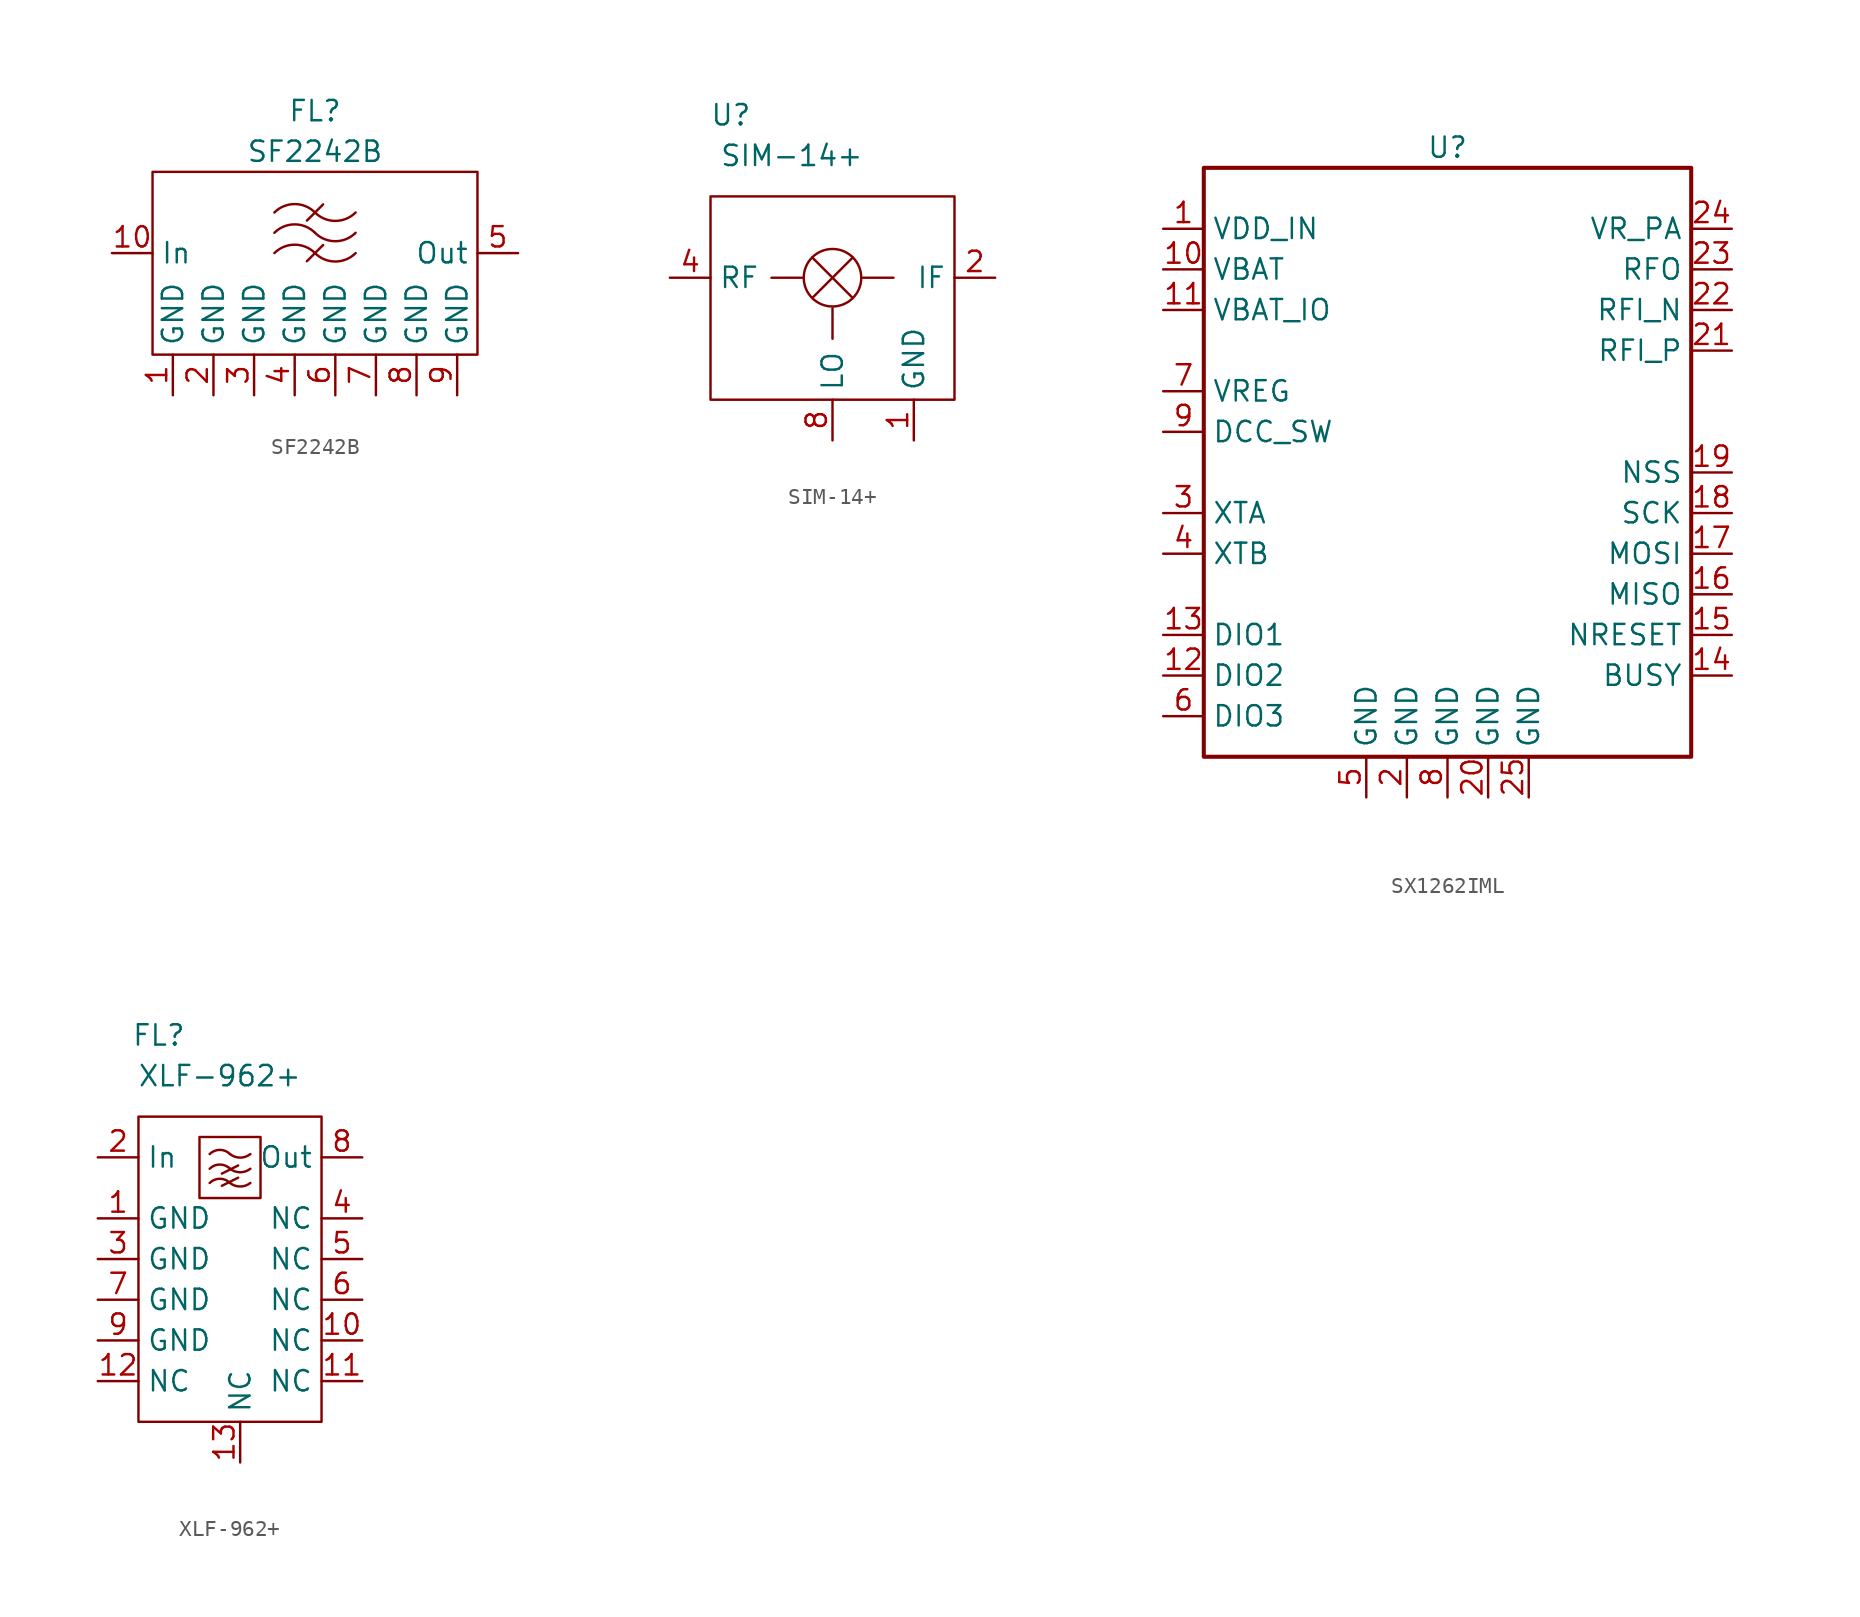
<source format=kicad_sym>
(kicad_symbol_lib
  (version 20220914)
  (generator kicad_symbol_editor)
  (symbol "SF2242B"
    (property "Reference" "FL"
      (at 0 8.89 0)
      (effects (font (size 1.27 1.27))))
    (property "Value" "SF2242B"
      (at 0 6.35 0)
      (effects (font (size 1.27 1.27))))
    (symbol "SF2242B_0_0"
      (pin unspecified line (at -8.89 -8.89 90) (length 2.54) (name "GND" (effects (font (size 1.27 1.27)))) (number "1" (effects (font (size 1.27 1.27)))))
      (pin unspecified line (at -12.7 0 0) (length 2.54) (name "In" (effects (font (size 1.27 1.27)))) (number "10" (effects (font (size 1.27 1.27)))))
      (pin unspecified line (at -6.35 -8.89 90) (length 2.54) (name "GND" (effects (font (size 1.27 1.27)))) (number "2" (effects (font (size 1.27 1.27)))))
      (pin unspecified line (at -3.81 -8.89 90) (length 2.54) (name "GND" (effects (font (size 1.27 1.27)))) (number "3" (effects (font (size 1.27 1.27)))))
      (pin unspecified line (at -1.27 -8.89 90) (length 2.54) (name "GND" (effects (font (size 1.27 1.27)))) (number "4" (effects (font (size 1.27 1.27)))))
      (pin unspecified line (at 12.7 0 180) (length 2.54) (name "Out" (effects (font (size 1.27 1.27)))) (number "5" (effects (font (size 1.27 1.27)))))
      (pin unspecified line (at 1.27 -8.89 90) (length 2.54) (name "GND" (effects (font (size 1.27 1.27)))) (number "6" (effects (font (size 1.27 1.27)))))
      (pin unspecified line (at 3.81 -8.89 90) (length 2.54) (name "GND" (effects (font (size 1.27 1.27)))) (number "7" (effects (font (size 1.27 1.27)))))
      (pin unspecified line (at 6.35 -8.89 90) (length 2.54) (name "GND" (effects (font (size 1.27 1.27)))) (number "8" (effects (font (size 1.27 1.27)))))
      (pin unspecified line (at 8.89 -8.89 90) (length 2.54) (name "GND" (effects (font (size 1.27 1.27)))) (number "9" (effects (font (size 1.27 1.27))))))
    (symbol "SF2242B_0_1"
      (rectangle (start -10.16 5.08) (end 10.16 -6.35) (stroke (width 0) (type default)) (fill (type none)))
      (arc (start 0 0) (mid -1.27 0.526) (end -2.54 0) (stroke (width 0) (type default)) (fill (type none)))
      (polyline (pts (xy 0.508 0.508) (xy -0.508 -0.508)) (stroke (width 0) (type default)) (fill (type none)))
      (polyline (pts (xy 0.508 3.048) (xy -0.508 2.032)) (stroke (width 0) (type default)) (fill (type none)))
      (arc (start 0 0) (mid 1.27 -0.526) (end 2.54 0) (stroke (width 0) (type default)) (fill (type none)))
      (arc (start 0 1.27) (mid -1.27 1.796) (end -2.54 1.27) (stroke (width 0) (type default)) (fill (type none)))
      (arc (start 0 1.27) (mid 1.27 0.744) (end 2.54 1.27) (stroke (width 0) (type default)) (fill (type none)))
      (arc (start 0 2.54) (mid -1.27 3.066) (end -2.54 2.54) (stroke (width 0) (type default)) (fill (type none)))
      (arc (start 0 2.54) (mid 1.27 2.014) (end 2.54 2.54) (stroke (width 0) (type default)) (fill (type none)))))
  (symbol "SIM-14+"
    (property "Reference" "U"
      (at 2.54 19.05 0)
      (effects (font (size 1.27 1.27))))
    (property "Value" "SIM-14+"
      (at 6.35 16.51 0)
      (effects (font (size 1.27 1.27))))
    (symbol "SIM-14+_0_0"
      (pin passive line (at 13.97 -1.27 90) (length 2.54) (name "GND" (effects (font (size 1.27 1.27)))) (number "1" (effects (font (size 1.27 1.27)))))
      (pin passive line (at 19.05 8.89 180) (length 2.54) (name "IF" (effects (font (size 1.27 1.27)))) (number "2" (effects (font (size 1.27 1.27)))))
      (pin passive line (at -1.27 8.89 0) (length 2.54) (name "RF" (effects (font (size 1.27 1.27)))) (number "4" (effects (font (size 1.27 1.27)))))
      (pin passive line (at 8.89 -1.27 90) (length 2.54) (name "LO" (effects (font (size 1.27 1.27)))) (number "8" (effects (font (size 1.27 1.27))))))
    (symbol "SIM-14+_0_1"
      (polyline (pts (xy 6.985 8.89) (xy 5.08 8.89)) (stroke (width 0) (type default)) (fill (type none)))
      (polyline (pts (xy 7.62 10.16) (xy 10.16 7.62)) (stroke (width 0) (type default)) (fill (type none)))
      (polyline (pts (xy 8.89 6.985) (xy 8.89 5.08)) (stroke (width 0) (type default)) (fill (type none)))
      (polyline (pts (xy 10.16 10.16) (xy 7.62 7.62)) (stroke (width 0) (type default)) (fill (type none)))
      (polyline (pts (xy 10.795 8.89) (xy 12.7 8.89)) (stroke (width 0) (type default)) (fill (type none)))
      (rectangle (start 1.27 13.97) (end 16.51 1.27) (stroke (width 0) (type default)) (fill (type none)))
      (circle (center 8.89 8.89) (radius 1.796) (stroke (width 0) (type default)) (fill (type none)))))
  (symbol "SX1262IML"
    (property "Reference" "U"
      (at 0 20.32 0)
      (effects (font (size 1.27 1.27))))
    (property "Value" ""
      (at 0 0 0)
      (effects (font (size 1.27 1.27))))
    (symbol "SX1262IML_1_0"
      (rectangle (start -15.24 19.05) (end 15.24 -17.78) (stroke (width 0.254) (type default)) (fill (type none)))
      (pin passive line (at -17.78 15.24 0) (length 2.54) (name "VDD_IN" (effects (font (size 1.27 1.27)))) (number "1" (effects (font (size 1.27 1.27)))))
      (pin passive line (at -17.78 12.7 0) (length 2.54) (name "VBAT" (effects (font (size 1.27 1.27)))) (number "10" (effects (font (size 1.27 1.27)))))
      (pin passive line (at -17.78 10.16 0) (length 2.54) (name "VBAT_IO" (effects (font (size 1.27 1.27)))) (number "11" (effects (font (size 1.27 1.27)))))
      (pin passive line (at -17.78 -12.7 0) (length 2.54) (name "DIO2" (effects (font (size 1.27 1.27)))) (number "12" (effects (font (size 1.27 1.27)))))
      (pin passive line (at -17.78 -10.16 0) (length 2.54) (name "DIO1" (effects (font (size 1.27 1.27)))) (number "13" (effects (font (size 1.27 1.27)))))
      (pin passive line (at 17.78 -12.7 180) (length 2.54) (name "BUSY" (effects (font (size 1.27 1.27)))) (number "14" (effects (font (size 1.27 1.27)))))
      (pin passive line (at 17.78 -10.16 180) (length 2.54) (name "NRESET" (effects (font (size 1.27 1.27)))) (number "15" (effects (font (size 1.27 1.27)))))
      (pin passive line (at 17.78 -7.62 180) (length 2.54) (name "MISO" (effects (font (size 1.27 1.27)))) (number "16" (effects (font (size 1.27 1.27)))))
      (pin passive line (at 17.78 -5.08 180) (length 2.54) (name "MOSI" (effects (font (size 1.27 1.27)))) (number "17" (effects (font (size 1.27 1.27)))))
      (pin passive line (at 17.78 -2.54 180) (length 2.54) (name "SCK" (effects (font (size 1.27 1.27)))) (number "18" (effects (font (size 1.27 1.27)))))
      (pin passive line (at 17.78 0 180) (length 2.54) (name "NSS" (effects (font (size 1.27 1.27)))) (number "19" (effects (font (size 1.27 1.27)))))
      (pin passive line (at -2.54 -20.32 90) (length 2.54) (name "GND" (effects (font (size 1.27 1.27)))) (number "2" (effects (font (size 1.27 1.27)))))
      (pin passive line (at 2.54 -20.32 90) (length 2.54) (name "GND" (effects (font (size 1.27 1.27)))) (number "20" (effects (font (size 1.27 1.27)))))
      (pin passive line (at 17.78 7.62 180) (length 2.54) (name "RFI_P" (effects (font (size 1.27 1.27)))) (number "21" (effects (font (size 1.27 1.27)))))
      (pin passive line (at 17.78 10.16 180) (length 2.54) (name "RFI_N" (effects (font (size 1.27 1.27)))) (number "22" (effects (font (size 1.27 1.27)))))
      (pin passive line (at 17.78 12.7 180) (length 2.54) (name "RFO" (effects (font (size 1.27 1.27)))) (number "23" (effects (font (size 1.27 1.27)))))
      (pin passive line (at 17.78 15.24 180) (length 2.54) (name "VR_PA" (effects (font (size 1.27 1.27)))) (number "24" (effects (font (size 1.27 1.27)))))
      (pin passive line (at 5.08 -20.32 90) (length 2.54) (name "GND" (effects (font (size 1.27 1.27)))) (number "25" (effects (font (size 1.27 1.27)))))
      (pin passive line (at -17.78 -2.54 0) (length 2.54) (name "XTA" (effects (font (size 1.27 1.27)))) (number "3" (effects (font (size 1.27 1.27)))))
      (pin passive line (at -17.78 -5.08 0) (length 2.54) (name "XTB" (effects (font (size 1.27 1.27)))) (number "4" (effects (font (size 1.27 1.27)))))
      (pin passive line (at -5.08 -20.32 90) (length 2.54) (name "GND" (effects (font (size 1.27 1.27)))) (number "5" (effects (font (size 1.27 1.27)))))
      (pin passive line (at -17.78 -15.24 0) (length 2.54) (name "DIO3" (effects (font (size 1.27 1.27)))) (number "6" (effects (font (size 1.27 1.27)))))
      (pin passive line (at -17.78 5.08 0) (length 2.54) (name "VREG" (effects (font (size 1.27 1.27)))) (number "7" (effects (font (size 1.27 1.27)))))
      (pin passive line (at 0 -20.32 90) (length 2.54) (name "GND" (effects (font (size 1.27 1.27)))) (number "8" (effects (font (size 1.27 1.27)))))
      (pin passive line (at -17.78 2.54 0) (length 2.54) (name "DCC_SW" (effects (font (size 1.27 1.27)))) (number "9" (effects (font (size 1.27 1.27)))))))
  (symbol "XLF-962+"
    (property "Reference" "FL"
      (at 1.27 19.05 0)
      (effects (font (size 1.27 1.27))))
    (property "Value" "XLF-962+"
      (at 5.08 16.51 0)
      (effects (font (size 1.27 1.27))))
    (symbol "XLF-962+_0_0"
      (pin passive line (at -2.54 7.62 0) (length 2.54) (name "GND" (effects (font (size 1.27 1.27)))) (number "1" (effects (font (size 1.27 1.27)))))
      (pin passive line (at 13.97 0 180) (length 2.54) (name "NC" (effects (font (size 1.27 1.27)))) (number "10" (effects (font (size 1.27 1.27)))))
      (pin passive line (at 13.97 -2.54 180) (length 2.54) (name "NC" (effects (font (size 1.27 1.27)))) (number "11" (effects (font (size 1.27 1.27)))))
      (pin passive line (at -2.54 -2.54 0) (length 2.54) (name "NC" (effects (font (size 1.27 1.27)))) (number "12" (effects (font (size 1.27 1.27)))))
      (pin passive line (at 6.35 -7.62 90) (length 2.54) (name "NC" (effects (font (size 1.27 1.27)))) (number "13" (effects (font (size 1.27 1.27)))))
      (pin input line (at -2.54 11.43 0) (length 2.54) (name "In" (effects (font (size 1.27 1.27)))) (number "2" (effects (font (size 1.27 1.27)))))
      (pin passive line (at -2.54 5.08 0) (length 2.54) (name "GND" (effects (font (size 1.27 1.27)))) (number "3" (effects (font (size 1.27 1.27)))))
      (pin passive line (at 13.97 7.62 180) (length 2.54) (name "NC" (effects (font (size 1.27 1.27)))) (number "4" (effects (font (size 1.27 1.27)))))
      (pin passive line (at 13.97 5.08 180) (length 2.54) (name "NC" (effects (font (size 1.27 1.27)))) (number "5" (effects (font (size 1.27 1.27)))))
      (pin passive line (at 13.97 2.54 180) (length 2.54) (name "NC" (effects (font (size 1.27 1.27)))) (number "6" (effects (font (size 1.27 1.27)))))
      (pin passive line (at -2.54 2.54 0) (length 2.54) (name "GND" (effects (font (size 1.27 1.27)))) (number "7" (effects (font (size 1.27 1.27)))))
      (pin output line (at 13.97 11.43 180) (length 2.54) (name "Out" (effects (font (size 1.27 1.27)))) (number "8" (effects (font (size 1.27 1.27)))))
      (pin passive line (at -2.54 0 0) (length 2.54) (name "GND" (effects (font (size 1.27 1.27)))) (number "9" (effects (font (size 1.27 1.27))))))
    (symbol "XLF-962+_0_1"
      (polyline (pts (xy 5.207 9.652) (xy 6.223 10.16)) (stroke (width 0) (type default)) (fill (type none)))
      (polyline (pts (xy 5.207 10.414) (xy 6.223 10.922)) (stroke (width 0) (type default)) (fill (type none)))
      (rectangle (start 0 13.97) (end 11.43 -5.08) (stroke (width 0) (type default)) (fill (type none)))
      (rectangle (start 3.81 12.7) (end 7.62 8.89) (stroke (width 0) (type default)) (fill (type none)))
      (arc (start 5.715 9.8298) (mid 5.08 10.0929) (end 4.445 9.8298) (stroke (width 0) (type default)) (fill (type none)))
      (arc (start 5.715 9.8298) (mid 6.35 9.6088) (end 6.985 9.8298) (stroke (width 0) (type default)) (fill (type none)))
      (arc (start 5.715 10.7188) (mid 5.08 10.981) (end 4.445 10.7188) (stroke (width 0) (type default)) (fill (type none)))
      (arc (start 5.715 10.7188) (mid 6.35 10.4978) (end 6.985 10.7188) (stroke (width 0) (type default)) (fill (type none)))
      (arc (start 5.715 11.6332) (mid 5.08 11.8963) (end 4.445 11.6332) (stroke (width 0) (type default)) (fill (type none)))
      (arc (start 5.715 11.6332) (mid 6.35 11.412) (end 6.985 11.6332) (stroke (width 0) (type default)) (fill (type none))))))
</source>
